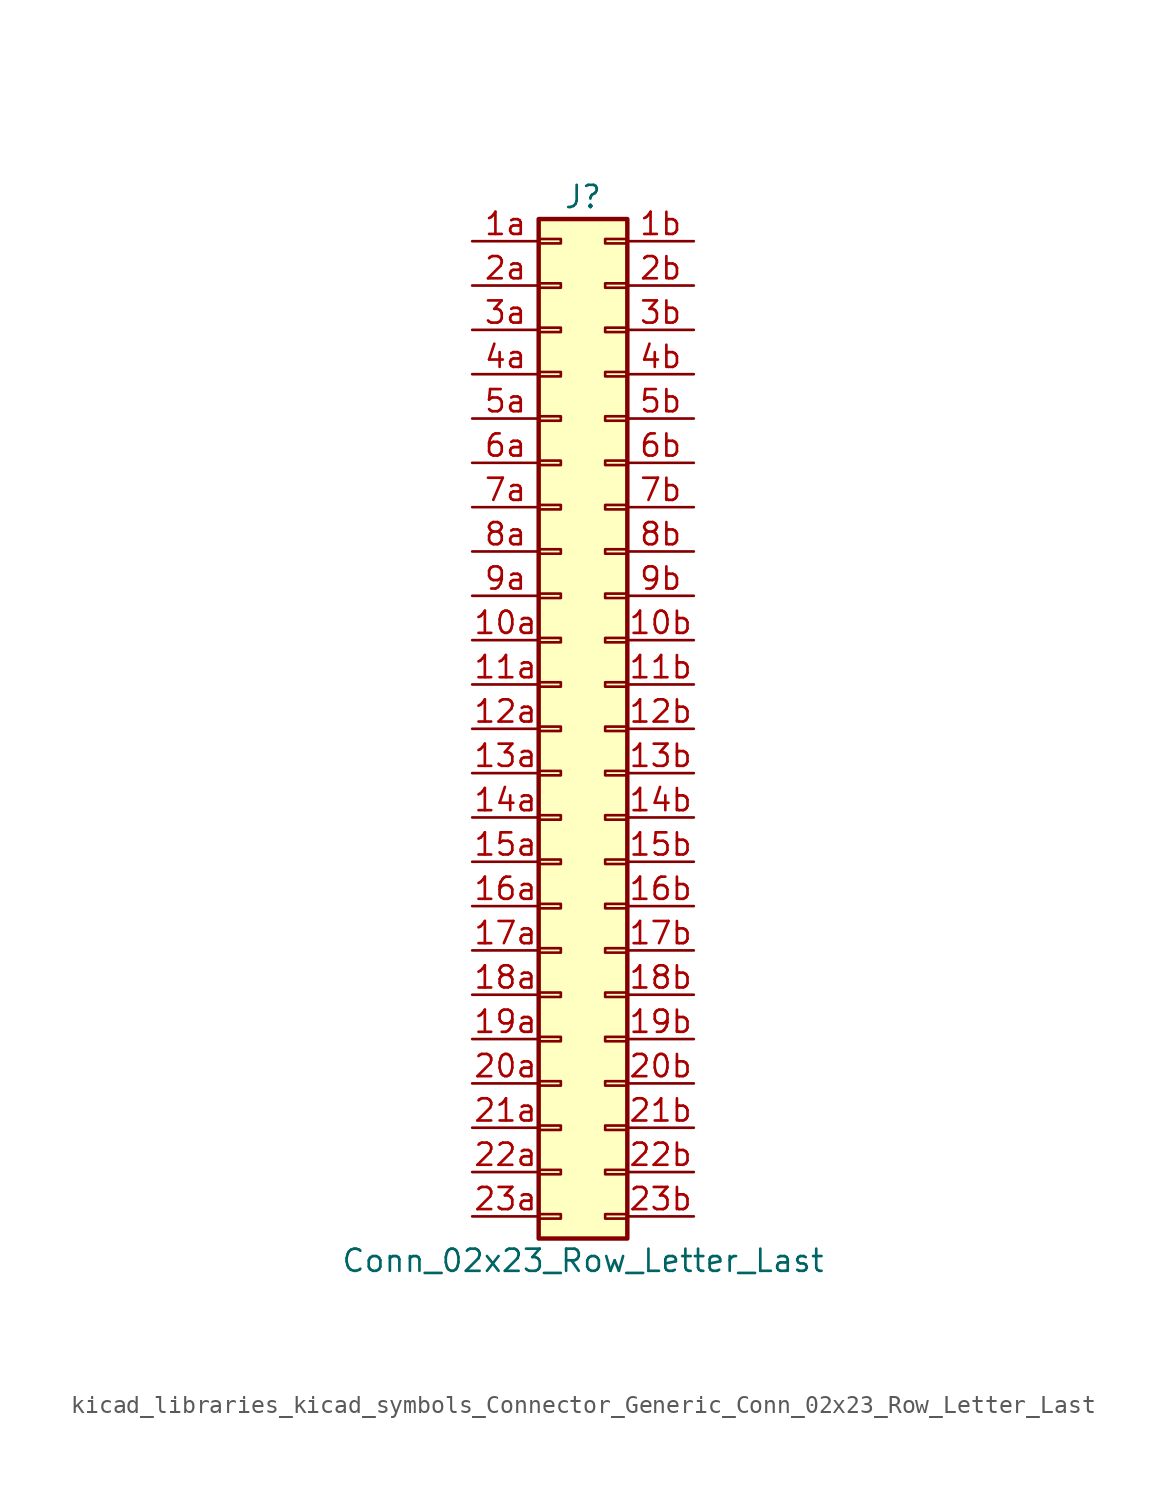
<source format=kicad_sym>
(kicad_symbol_lib
  (version 20220914)
  (generator kicad_symbol_editor)
  (symbol "kicad_libraries_kicad_symbols_Connector_Generic_Conn_02x23_Row_Letter_Last"
    (pin_names
      (offset 1.016) hide)
    (property "Reference" "J"
      (at 1.27 30.48 0)
      (effects (font (size 1.27 1.27))))
    (property "Value" "Conn_02x23_Row_Letter_Last"
      (at 1.27 -30.48 0)
      (effects (font (size 1.27 1.27))))
    (symbol "kicad_libraries_kicad_symbols_Connector_Generic_Conn_02x23_Row_Letter_Last_1_1"
      (rectangle (start -1.27 -27.813) (end 0 -28.067) (stroke (width 0.152) (type default)) (fill (type none)))
      (rectangle (start -1.27 -25.273) (end 0 -25.527) (stroke (width 0.152) (type default)) (fill (type none)))
      (rectangle (start -1.27 -22.733) (end 0 -22.987) (stroke (width 0.152) (type default)) (fill (type none)))
      (rectangle (start -1.27 -20.193) (end 0 -20.447) (stroke (width 0.152) (type default)) (fill (type none)))
      (rectangle (start -1.27 -17.653) (end 0 -17.907) (stroke (width 0.152) (type default)) (fill (type none)))
      (rectangle (start -1.27 -15.113) (end 0 -15.367) (stroke (width 0.152) (type default)) (fill (type none)))
      (rectangle (start -1.27 -12.573) (end 0 -12.827) (stroke (width 0.152) (type default)) (fill (type none)))
      (rectangle (start -1.27 -10.033) (end 0 -10.287) (stroke (width 0.152) (type default)) (fill (type none)))
      (rectangle (start -1.27 -7.493) (end 0 -7.747) (stroke (width 0.152) (type default)) (fill (type none)))
      (rectangle (start -1.27 -4.953) (end 0 -5.207) (stroke (width 0.152) (type default)) (fill (type none)))
      (rectangle (start -1.27 -2.413) (end 0 -2.667) (stroke (width 0.152) (type default)) (fill (type none)))
      (rectangle (start -1.27 0.127) (end 0 -0.127) (stroke (width 0.152) (type default)) (fill (type none)))
      (rectangle (start -1.27 2.667) (end 0 2.413) (stroke (width 0.152) (type default)) (fill (type none)))
      (rectangle (start -1.27 5.207) (end 0 4.953) (stroke (width 0.152) (type default)) (fill (type none)))
      (rectangle (start -1.27 7.747) (end 0 7.493) (stroke (width 0.152) (type default)) (fill (type none)))
      (rectangle (start -1.27 10.287) (end 0 10.033) (stroke (width 0.152) (type default)) (fill (type none)))
      (rectangle (start -1.27 12.827) (end 0 12.573) (stroke (width 0.152) (type default)) (fill (type none)))
      (rectangle (start -1.27 15.367) (end 0 15.113) (stroke (width 0.152) (type default)) (fill (type none)))
      (rectangle (start -1.27 17.907) (end 0 17.653) (stroke (width 0.152) (type default)) (fill (type none)))
      (rectangle (start -1.27 20.447) (end 0 20.193) (stroke (width 0.152) (type default)) (fill (type none)))
      (rectangle (start -1.27 22.987) (end 0 22.733) (stroke (width 0.152) (type default)) (fill (type none)))
      (rectangle (start -1.27 25.527) (end 0 25.273) (stroke (width 0.152) (type default)) (fill (type none)))
      (rectangle (start -1.27 28.067) (end 0 27.813) (stroke (width 0.152) (type default)) (fill (type none)))
      (rectangle (start -1.27 29.21) (end 3.81 -29.21) (stroke (width 0.254) (type default)) (fill (type background)))
      (rectangle (start 3.81 -27.813) (end 2.54 -28.067) (stroke (width 0.152) (type default)) (fill (type none)))
      (rectangle (start 3.81 -25.273) (end 2.54 -25.527) (stroke (width 0.152) (type default)) (fill (type none)))
      (rectangle (start 3.81 -22.733) (end 2.54 -22.987) (stroke (width 0.152) (type default)) (fill (type none)))
      (rectangle (start 3.81 -20.193) (end 2.54 -20.447) (stroke (width 0.152) (type default)) (fill (type none)))
      (rectangle (start 3.81 -17.653) (end 2.54 -17.907) (stroke (width 0.152) (type default)) (fill (type none)))
      (rectangle (start 3.81 -15.113) (end 2.54 -15.367) (stroke (width 0.152) (type default)) (fill (type none)))
      (rectangle (start 3.81 -12.573) (end 2.54 -12.827) (stroke (width 0.152) (type default)) (fill (type none)))
      (rectangle (start 3.81 -10.033) (end 2.54 -10.287) (stroke (width 0.152) (type default)) (fill (type none)))
      (rectangle (start 3.81 -7.493) (end 2.54 -7.747) (stroke (width 0.152) (type default)) (fill (type none)))
      (rectangle (start 3.81 -4.953) (end 2.54 -5.207) (stroke (width 0.152) (type default)) (fill (type none)))
      (rectangle (start 3.81 -2.413) (end 2.54 -2.667) (stroke (width 0.152) (type default)) (fill (type none)))
      (rectangle (start 3.81 0.127) (end 2.54 -0.127) (stroke (width 0.152) (type default)) (fill (type none)))
      (rectangle (start 3.81 2.667) (end 2.54 2.413) (stroke (width 0.152) (type default)) (fill (type none)))
      (rectangle (start 3.81 5.207) (end 2.54 4.953) (stroke (width 0.152) (type default)) (fill (type none)))
      (rectangle (start 3.81 7.747) (end 2.54 7.493) (stroke (width 0.152) (type default)) (fill (type none)))
      (rectangle (start 3.81 10.287) (end 2.54 10.033) (stroke (width 0.152) (type default)) (fill (type none)))
      (rectangle (start 3.81 12.827) (end 2.54 12.573) (stroke (width 0.152) (type default)) (fill (type none)))
      (rectangle (start 3.81 15.367) (end 2.54 15.113) (stroke (width 0.152) (type default)) (fill (type none)))
      (rectangle (start 3.81 17.907) (end 2.54 17.653) (stroke (width 0.152) (type default)) (fill (type none)))
      (rectangle (start 3.81 20.447) (end 2.54 20.193) (stroke (width 0.152) (type default)) (fill (type none)))
      (rectangle (start 3.81 22.987) (end 2.54 22.733) (stroke (width 0.152) (type default)) (fill (type none)))
      (rectangle (start 3.81 25.527) (end 2.54 25.273) (stroke (width 0.152) (type default)) (fill (type none)))
      (rectangle (start 3.81 28.067) (end 2.54 27.813) (stroke (width 0.152) (type default)) (fill (type none)))
      (pin passive line (at -5.08 5.08 0) (length 3.81) (name "Pin_10a" (effects (font (size 1.27 1.27)))) (number "10a" (effects (font (size 1.27 1.27)))))
      (pin passive line (at 7.62 5.08 180) (length 3.81) (name "Pin_10b" (effects (font (size 1.27 1.27)))) (number "10b" (effects (font (size 1.27 1.27)))))
      (pin passive line (at -5.08 2.54 0) (length 3.81) (name "Pin_11a" (effects (font (size 1.27 1.27)))) (number "11a" (effects (font (size 1.27 1.27)))))
      (pin passive line (at 7.62 2.54 180) (length 3.81) (name "Pin_11b" (effects (font (size 1.27 1.27)))) (number "11b" (effects (font (size 1.27 1.27)))))
      (pin passive line (at -5.08 0 0) (length 3.81) (name "Pin_12a" (effects (font (size 1.27 1.27)))) (number "12a" (effects (font (size 1.27 1.27)))))
      (pin passive line (at 7.62 0 180) (length 3.81) (name "Pin_12b" (effects (font (size 1.27 1.27)))) (number "12b" (effects (font (size 1.27 1.27)))))
      (pin passive line (at -5.08 -2.54 0) (length 3.81) (name "Pin_13a" (effects (font (size 1.27 1.27)))) (number "13a" (effects (font (size 1.27 1.27)))))
      (pin passive line (at 7.62 -2.54 180) (length 3.81) (name "Pin_13b" (effects (font (size 1.27 1.27)))) (number "13b" (effects (font (size 1.27 1.27)))))
      (pin passive line (at -5.08 -5.08 0) (length 3.81) (name "Pin_14a" (effects (font (size 1.27 1.27)))) (number "14a" (effects (font (size 1.27 1.27)))))
      (pin passive line (at 7.62 -5.08 180) (length 3.81) (name "Pin_14b" (effects (font (size 1.27 1.27)))) (number "14b" (effects (font (size 1.27 1.27)))))
      (pin passive line (at -5.08 -7.62 0) (length 3.81) (name "Pin_15a" (effects (font (size 1.27 1.27)))) (number "15a" (effects (font (size 1.27 1.27)))))
      (pin passive line (at 7.62 -7.62 180) (length 3.81) (name "Pin_15b" (effects (font (size 1.27 1.27)))) (number "15b" (effects (font (size 1.27 1.27)))))
      (pin passive line (at -5.08 -10.16 0) (length 3.81) (name "Pin_16a" (effects (font (size 1.27 1.27)))) (number "16a" (effects (font (size 1.27 1.27)))))
      (pin passive line (at 7.62 -10.16 180) (length 3.81) (name "Pin_16b" (effects (font (size 1.27 1.27)))) (number "16b" (effects (font (size 1.27 1.27)))))
      (pin passive line (at -5.08 -12.7 0) (length 3.81) (name "Pin_17a" (effects (font (size 1.27 1.27)))) (number "17a" (effects (font (size 1.27 1.27)))))
      (pin passive line (at 7.62 -12.7 180) (length 3.81) (name "Pin_17b" (effects (font (size 1.27 1.27)))) (number "17b" (effects (font (size 1.27 1.27)))))
      (pin passive line (at -5.08 -15.24 0) (length 3.81) (name "Pin_18a" (effects (font (size 1.27 1.27)))) (number "18a" (effects (font (size 1.27 1.27)))))
      (pin passive line (at 7.62 -15.24 180) (length 3.81) (name "Pin_18b" (effects (font (size 1.27 1.27)))) (number "18b" (effects (font (size 1.27 1.27)))))
      (pin passive line (at -5.08 -17.78 0) (length 3.81) (name "Pin_19a" (effects (font (size 1.27 1.27)))) (number "19a" (effects (font (size 1.27 1.27)))))
      (pin passive line (at 7.62 -17.78 180) (length 3.81) (name "Pin_19b" (effects (font (size 1.27 1.27)))) (number "19b" (effects (font (size 1.27 1.27)))))
      (pin passive line (at -5.08 27.94 0) (length 3.81) (name "Pin_1a" (effects (font (size 1.27 1.27)))) (number "1a" (effects (font (size 1.27 1.27)))))
      (pin passive line (at 7.62 27.94 180) (length 3.81) (name "Pin_1b" (effects (font (size 1.27 1.27)))) (number "1b" (effects (font (size 1.27 1.27)))))
      (pin passive line (at -5.08 -20.32 0) (length 3.81) (name "Pin_20a" (effects (font (size 1.27 1.27)))) (number "20a" (effects (font (size 1.27 1.27)))))
      (pin passive line (at 7.62 -20.32 180) (length 3.81) (name "Pin_20b" (effects (font (size 1.27 1.27)))) (number "20b" (effects (font (size 1.27 1.27)))))
      (pin passive line (at -5.08 -22.86 0) (length 3.81) (name "Pin_21a" (effects (font (size 1.27 1.27)))) (number "21a" (effects (font (size 1.27 1.27)))))
      (pin passive line (at 7.62 -22.86 180) (length 3.81) (name "Pin_21b" (effects (font (size 1.27 1.27)))) (number "21b" (effects (font (size 1.27 1.27)))))
      (pin passive line (at -5.08 -25.4 0) (length 3.81) (name "Pin_22a" (effects (font (size 1.27 1.27)))) (number "22a" (effects (font (size 1.27 1.27)))))
      (pin passive line (at 7.62 -25.4 180) (length 3.81) (name "Pin_22b" (effects (font (size 1.27 1.27)))) (number "22b" (effects (font (size 1.27 1.27)))))
      (pin passive line (at -5.08 -27.94 0) (length 3.81) (name "Pin_23a" (effects (font (size 1.27 1.27)))) (number "23a" (effects (font (size 1.27 1.27)))))
      (pin passive line (at 7.62 -27.94 180) (length 3.81) (name "Pin_23b" (effects (font (size 1.27 1.27)))) (number "23b" (effects (font (size 1.27 1.27)))))
      (pin passive line (at -5.08 25.4 0) (length 3.81) (name "Pin_2a" (effects (font (size 1.27 1.27)))) (number "2a" (effects (font (size 1.27 1.27)))))
      (pin passive line (at 7.62 25.4 180) (length 3.81) (name "Pin_2b" (effects (font (size 1.27 1.27)))) (number "2b" (effects (font (size 1.27 1.27)))))
      (pin passive line (at -5.08 22.86 0) (length 3.81) (name "Pin_3a" (effects (font (size 1.27 1.27)))) (number "3a" (effects (font (size 1.27 1.27)))))
      (pin passive line (at 7.62 22.86 180) (length 3.81) (name "Pin_3b" (effects (font (size 1.27 1.27)))) (number "3b" (effects (font (size 1.27 1.27)))))
      (pin passive line (at -5.08 20.32 0) (length 3.81) (name "Pin_4a" (effects (font (size 1.27 1.27)))) (number "4a" (effects (font (size 1.27 1.27)))))
      (pin passive line (at 7.62 20.32 180) (length 3.81) (name "Pin_4b" (effects (font (size 1.27 1.27)))) (number "4b" (effects (font (size 1.27 1.27)))))
      (pin passive line (at -5.08 17.78 0) (length 3.81) (name "Pin_5a" (effects (font (size 1.27 1.27)))) (number "5a" (effects (font (size 1.27 1.27)))))
      (pin passive line (at 7.62 17.78 180) (length 3.81) (name "Pin_5b" (effects (font (size 1.27 1.27)))) (number "5b" (effects (font (size 1.27 1.27)))))
      (pin passive line (at -5.08 15.24 0) (length 3.81) (name "Pin_6a" (effects (font (size 1.27 1.27)))) (number "6a" (effects (font (size 1.27 1.27)))))
      (pin passive line (at 7.62 15.24 180) (length 3.81) (name "Pin_6b" (effects (font (size 1.27 1.27)))) (number "6b" (effects (font (size 1.27 1.27)))))
      (pin passive line (at -5.08 12.7 0) (length 3.81) (name "Pin_7a" (effects (font (size 1.27 1.27)))) (number "7a" (effects (font (size 1.27 1.27)))))
      (pin passive line (at 7.62 12.7 180) (length 3.81) (name "Pin_7b" (effects (font (size 1.27 1.27)))) (number "7b" (effects (font (size 1.27 1.27)))))
      (pin passive line (at -5.08 10.16 0) (length 3.81) (name "Pin_8a" (effects (font (size 1.27 1.27)))) (number "8a" (effects (font (size 1.27 1.27)))))
      (pin passive line (at 7.62 10.16 180) (length 3.81) (name "Pin_8b" (effects (font (size 1.27 1.27)))) (number "8b" (effects (font (size 1.27 1.27)))))
      (pin passive line (at -5.08 7.62 0) (length 3.81) (name "Pin_9a" (effects (font (size 1.27 1.27)))) (number "9a" (effects (font (size 1.27 1.27)))))
      (pin passive line (at 7.62 7.62 180) (length 3.81) (name "Pin_9b" (effects (font (size 1.27 1.27)))) (number "9b" (effects (font (size 1.27 1.27))))))))
</source>
